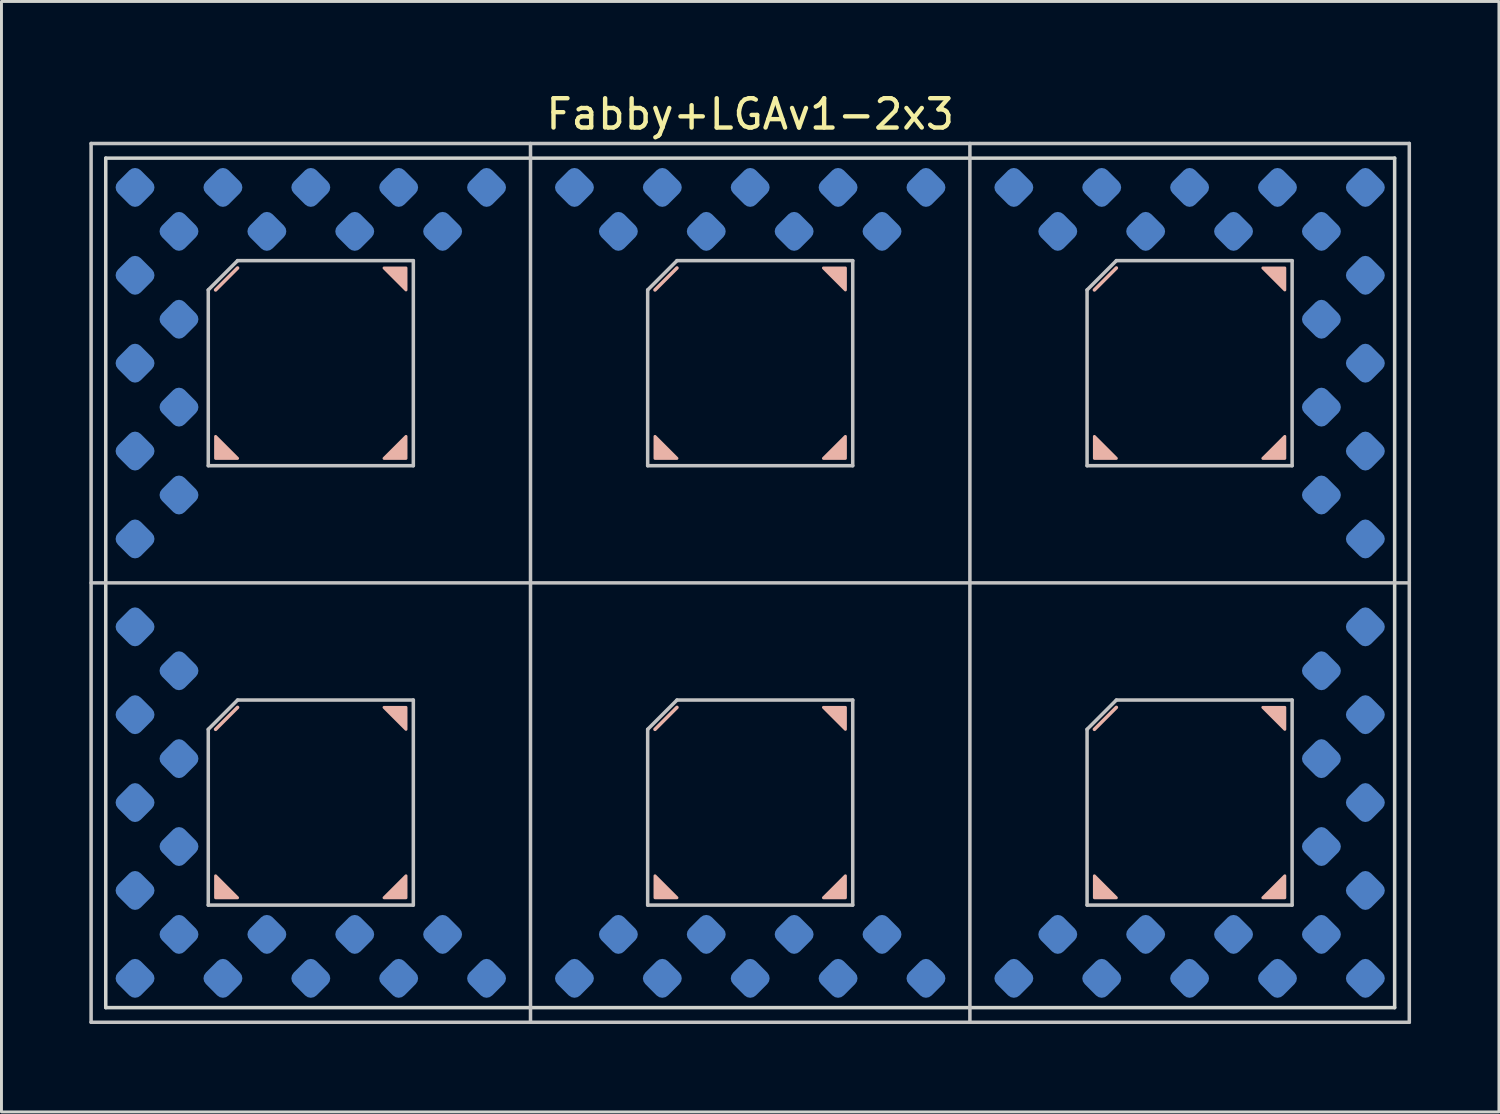
<source format=kicad_pcb>
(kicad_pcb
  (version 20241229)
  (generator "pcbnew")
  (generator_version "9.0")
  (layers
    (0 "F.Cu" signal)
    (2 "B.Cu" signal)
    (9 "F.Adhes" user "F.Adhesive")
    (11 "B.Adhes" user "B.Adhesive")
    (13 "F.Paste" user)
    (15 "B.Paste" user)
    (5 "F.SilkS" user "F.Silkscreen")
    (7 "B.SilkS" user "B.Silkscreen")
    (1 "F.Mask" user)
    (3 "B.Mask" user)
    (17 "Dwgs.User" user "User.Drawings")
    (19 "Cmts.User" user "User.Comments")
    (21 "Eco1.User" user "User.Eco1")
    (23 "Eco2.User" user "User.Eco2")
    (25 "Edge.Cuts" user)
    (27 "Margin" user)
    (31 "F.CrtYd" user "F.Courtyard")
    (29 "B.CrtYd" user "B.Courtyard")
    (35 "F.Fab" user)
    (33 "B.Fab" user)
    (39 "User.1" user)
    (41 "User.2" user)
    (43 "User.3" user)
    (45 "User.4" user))
  (footprint "Fabby+LGAv1-2x3"
    (layer "F.Cu")
    (at 22.56 16.848)
    (property "Reference" "Fabby+LGAv1-2x3" (at 0 -16 0) (layer "F.SilkS") (effects (font (size 1 1) (thickness 0.15))))
    (attr through_hole)
    (fp_line (start -17.5 -10.75) (end -18.25 -10) (stroke (width 0.12) (type solid)) (layer "B.SilkS"))
    (fp_line (start -17.5 4.25) (end -18.25 5) (stroke (width 0.12) (type solid)) (layer "B.SilkS"))
    (fp_line (start -2.5 -10.75) (end -3.25 -10) (stroke (width 0.12) (type solid)) (layer "B.SilkS"))
    (fp_line (start -2.5 4.25) (end -3.25 5) (stroke (width 0.12) (type solid)) (layer "B.SilkS"))
    (fp_line (start 12.5 -10.75) (end 11.75 -10) (stroke (width 0.12) (type solid)) (layer "B.SilkS"))
    (fp_line (start 12.5 4.25) (end 11.75 5) (stroke (width 0.12) (type solid)) (layer "B.SilkS"))
    (fp_poly (pts (xy -17.5 -4.25) (xy -18.25 -4.25) (xy -18.25 -5)) (stroke (width 0.1) (type solid)) (fill yes) (layer "B.SilkS"))
    (fp_poly (pts (xy -17.5 10.75) (xy -18.25 10.75) (xy -18.25 10)) (stroke (width 0.1) (type solid)) (fill yes) (layer "B.SilkS"))
    (fp_poly (pts (xy -11.75 -10) (xy -12.5 -10.75) (xy -11.75 -10.75)) (stroke (width 0.1) (type solid)) (fill yes) (layer "B.SilkS"))
    (fp_poly (pts (xy -11.75 -4.25) (xy -12.5 -4.25) (xy -11.75 -5)) (stroke (width 0.1) (type solid)) (fill yes) (layer "B.SilkS"))
    (fp_poly (pts (xy -11.75 5) (xy -12.5 4.25) (xy -11.75 4.25)) (stroke (width 0.1) (type solid)) (fill yes) (layer "B.SilkS"))
    (fp_poly (pts (xy -11.75 10.75) (xy -12.5 10.75) (xy -11.75 10)) (stroke (width 0.1) (type solid)) (fill yes) (layer "B.SilkS"))
    (fp_poly (pts (xy -2.5 -4.25) (xy -3.25 -4.25) (xy -3.25 -5)) (stroke (width 0.1) (type solid)) (fill yes) (layer "B.SilkS"))
    (fp_poly (pts (xy -2.5 10.75) (xy -3.25 10.75) (xy -3.25 10)) (stroke (width 0.1) (type solid)) (fill yes) (layer "B.SilkS"))
    (fp_poly (pts (xy 3.25 -10) (xy 2.5 -10.75) (xy 3.25 -10.75)) (stroke (width 0.1) (type solid)) (fill yes) (layer "B.SilkS"))
    (fp_poly (pts (xy 3.25 -4.25) (xy 2.5 -4.25) (xy 3.25 -5)) (stroke (width 0.1) (type solid)) (fill yes) (layer "B.SilkS"))
    (fp_poly (pts (xy 3.25 5) (xy 2.5 4.25) (xy 3.25 4.25)) (stroke (width 0.1) (type solid)) (fill yes) (layer "B.SilkS"))
    (fp_poly (pts (xy 3.25 10.75) (xy 2.5 10.75) (xy 3.25 10)) (stroke (width 0.1) (type solid)) (fill yes) (layer "B.SilkS"))
    (fp_poly (pts (xy 12.5 -4.25) (xy 11.75 -4.25) (xy 11.75 -5)) (stroke (width 0.1) (type solid)) (fill yes) (layer "B.SilkS"))
    (fp_poly (pts (xy 12.5 10.75) (xy 11.75 10.75) (xy 11.75 10)) (stroke (width 0.1) (type solid)) (fill yes) (layer "B.SilkS"))
    (fp_poly (pts (xy 18.25 -10) (xy 17.5 -10.75) (xy 18.25 -10.75)) (stroke (width 0.1) (type solid)) (fill yes) (layer "B.SilkS"))
    (fp_poly (pts (xy 18.25 -4.25) (xy 17.5 -4.25) (xy 18.25 -5)) (stroke (width 0.1) (type solid)) (fill yes) (layer "B.SilkS"))
    (fp_poly (pts (xy 18.25 5) (xy 17.5 4.25) (xy 18.25 4.25)) (stroke (width 0.1) (type solid)) (fill yes) (layer "B.SilkS"))
    (fp_poly (pts (xy 18.25 10.75) (xy 17.5 10.75) (xy 18.25 10)) (stroke (width 0.1) (type solid)) (fill yes) (layer "B.SilkS"))
    (fp_line (start -22.5 -15) (end 22.5 -15) (stroke (width 0.12) (type solid)) (layer "Dwgs.User"))
    (fp_line (start -22.5 15) (end -22.5 -15) (stroke (width 0.12) (type solid)) (layer "Dwgs.User"))
    (fp_line (start -18.5 -10) (end -18.5 -4) (stroke (width 0.12) (type solid)) (layer "Dwgs.User"))
    (fp_line (start -18.5 -4) (end -11.5 -4) (stroke (width 0.12) (type solid)) (layer "Dwgs.User"))
    (fp_line (start -18.5 5) (end -18.5 11) (stroke (width 0.12) (type solid)) (layer "Dwgs.User"))
    (fp_line (start -18.5 11) (end -11.5 11) (stroke (width 0.12) (type solid)) (layer "Dwgs.User"))
    (fp_line (start -17.5 -11) (end -18.5 -10) (stroke (width 0.12) (type solid)) (layer "Dwgs.User"))
    (fp_line (start -17.5 4) (end -18.5 5) (stroke (width 0.12) (type solid)) (layer "Dwgs.User"))
    (fp_line (start -11.5 -11) (end -17.5 -11) (stroke (width 0.12) (type solid)) (layer "Dwgs.User"))
    (fp_line (start -11.5 -4) (end -11.5 -11) (stroke (width 0.12) (type solid)) (layer "Dwgs.User"))
    (fp_line (start -11.5 4) (end -17.5 4) (stroke (width 0.12) (type solid)) (layer "Dwgs.User"))
    (fp_line (start -11.5 11) (end -11.5 4) (stroke (width 0.12) (type solid)) (layer "Dwgs.User"))
    (fp_line (start -7.5 -15) (end -7.5 15) (stroke (width 0.12) (type solid)) (layer "Dwgs.User"))
    (fp_line (start -3.5 -10) (end -3.5 -4) (stroke (width 0.12) (type solid)) (layer "Dwgs.User"))
    (fp_line (start -3.5 -4) (end 3.5 -4) (stroke (width 0.12) (type solid)) (layer "Dwgs.User"))
    (fp_line (start -3.5 5) (end -3.5 11) (stroke (width 0.12) (type solid)) (layer "Dwgs.User"))
    (fp_line (start -3.5 11) (end 3.5 11) (stroke (width 0.12) (type solid)) (layer "Dwgs.User"))
    (fp_line (start -2.5 -11) (end -3.5 -10) (stroke (width 0.12) (type solid)) (layer "Dwgs.User"))
    (fp_line (start -2.5 4) (end -3.5 5) (stroke (width 0.12) (type solid)) (layer "Dwgs.User"))
    (fp_line (start 3.5 -11) (end -2.5 -11) (stroke (width 0.12) (type solid)) (layer "Dwgs.User"))
    (fp_line (start 3.5 -4) (end 3.5 -11) (stroke (width 0.12) (type solid)) (layer "Dwgs.User"))
    (fp_line (start 3.5 4) (end -2.5 4) (stroke (width 0.12) (type solid)) (layer "Dwgs.User"))
    (fp_line (start 3.5 11) (end 3.5 4) (stroke (width 0.12) (type solid)) (layer "Dwgs.User"))
    (fp_line (start 7.5 -15) (end 7.5 15) (stroke (width 0.12) (type solid)) (layer "Dwgs.User"))
    (fp_line (start 11.5 -10) (end 11.5 -4) (stroke (width 0.12) (type solid)) (layer "Dwgs.User"))
    (fp_line (start 11.5 -4) (end 18.5 -4) (stroke (width 0.12) (type solid)) (layer "Dwgs.User"))
    (fp_line (start 11.5 5) (end 11.5 11) (stroke (width 0.12) (type solid)) (layer "Dwgs.User"))
    (fp_line (start 11.5 11) (end 18.5 11) (stroke (width 0.12) (type solid)) (layer "Dwgs.User"))
    (fp_line (start 12.5 -11) (end 11.5 -10) (stroke (width 0.12) (type solid)) (layer "Dwgs.User"))
    (fp_line (start 12.5 4) (end 11.5 5) (stroke (width 0.12) (type solid)) (layer "Dwgs.User"))
    (fp_line (start 18.5 -11) (end 12.5 -11) (stroke (width 0.12) (type solid)) (layer "Dwgs.User"))
    (fp_line (start 18.5 -4) (end 18.5 -11) (stroke (width 0.12) (type solid)) (layer "Dwgs.User"))
    (fp_line (start 18.5 4) (end 12.5 4) (stroke (width 0.12) (type solid)) (layer "Dwgs.User"))
    (fp_line (start 18.5 11) (end 18.5 4) (stroke (width 0.12) (type solid)) (layer "Dwgs.User"))
    (fp_line (start 22.5 -15) (end 22.5 15) (stroke (width 0.12) (type solid)) (layer "Dwgs.User"))
    (fp_line (start 22.5 0) (end -22.5 0) (stroke (width 0.12) (type solid)) (layer "Dwgs.User"))
    (fp_line (start 22.5 15) (end -22.5 15) (stroke (width 0.12) (type solid)) (layer "Dwgs.User"))
    (fp_line (start -22 -14.5) (end 22 -14.5) (stroke (width 0.12) (type solid)) (layer "Edge.Cuts"))
    (fp_line (start -22 14.5) (end -22 -14.5) (stroke (width 0.12) (type solid)) (layer "Edge.Cuts"))
    (fp_line (start -22 14.5) (end 22 14.5) (stroke (width 0.12) (type solid)) (layer "Edge.Cuts"))
    (fp_line (start 22 -14.5) (end 22 14.5) (stroke (width 0.12) (type solid)) (layer "Edge.Cuts"))
    (pad "1" smd roundrect (at -21 -13.5 45) (size 1.1 1.1) (layers "B.Cu" "B.Mask" "B.Paste") (roundrect_rratio 0.25))
    (pad "2" smd roundrect (at -19.5 -12 45) (size 1.1 1.1) (layers "B.Cu" "B.Mask" "B.Paste") (roundrect_rratio 0.25))
    (pad "3" smd roundrect (at -21 -10.5 45) (size 1.1 1.1) (layers "B.Cu" "B.Mask" "B.Paste") (roundrect_rratio 0.25))
    (pad "4" smd roundrect (at -19.5 -9 45) (size 1.1 1.1) (layers "B.Cu" "B.Mask" "B.Paste") (roundrect_rratio 0.25))
    (pad "5" smd roundrect (at -21 -7.5 45) (size 1.1 1.1) (layers "B.Cu" "B.Mask" "B.Paste") (roundrect_rratio 0.25))
    (pad "6" smd roundrect (at -19.5 -6 45) (size 1.1 1.1) (layers "B.Cu" "B.Mask" "B.Paste") (roundrect_rratio 0.25))
    (pad "7" smd roundrect (at -21 -4.5 45) (size 1.1 1.1) (layers "B.Cu" "B.Mask" "B.Paste") (roundrect_rratio 0.25))
    (pad "8" smd roundrect (at -19.5 -3 45) (size 1.1 1.1) (layers "B.Cu" "B.Mask" "B.Paste") (roundrect_rratio 0.25))
    (pad "9" smd roundrect (at -21 -1.5 45) (size 1.1 1.1) (layers "B.Cu" "B.Mask" "B.Paste") (roundrect_rratio 0.25))
    (pad "11" smd roundrect (at -21 1.5 45) (size 1.1 1.1) (layers "B.Cu" "B.Mask" "B.Paste") (roundrect_rratio 0.25))
    (pad "12" smd roundrect (at -19.5 3 45) (size 1.1 1.1) (layers "B.Cu" "B.Mask" "B.Paste") (roundrect_rratio 0.25))
    (pad "13" smd roundrect (at -21 4.5 45) (size 1.1 1.1) (layers "B.Cu" "B.Mask" "B.Paste") (roundrect_rratio 0.25))
    (pad "14" smd roundrect (at -19.5 6 45) (size 1.1 1.1) (layers "B.Cu" "B.Mask" "B.Paste") (roundrect_rratio 0.25))
    (pad "15" smd roundrect (at -21 7.5 45) (size 1.1 1.1) (layers "B.Cu" "B.Mask" "B.Paste") (roundrect_rratio 0.25))
    (pad "16" smd roundrect (at -19.5 9 45) (size 1.1 1.1) (layers "B.Cu" "B.Mask" "B.Paste") (roundrect_rratio 0.25))
    (pad "17" smd roundrect (at -21 10.5 45) (size 1.1 1.1) (layers "B.Cu" "B.Mask" "B.Paste") (roundrect_rratio 0.25))
    (pad "18" smd roundrect (at -19.5 12 45) (size 1.1 1.1) (layers "B.Cu" "B.Mask" "B.Paste") (roundrect_rratio 0.25))
    (pad "19" smd roundrect (at -21 13.5 45) (size 1.1 1.1) (layers "B.Cu" "B.Mask" "B.Paste") (roundrect_rratio 0.25))
    (pad "20" smd roundrect (at -18 13.5 45) (size 1.1 1.1) (layers "B.Cu" "B.Mask" "B.Paste") (roundrect_rratio 0.25))
    (pad "21" smd roundrect (at -16.5 12 45) (size 1.1 1.1) (layers "B.Cu" "B.Mask" "B.Paste") (roundrect_rratio 0.25))
    (pad "22" smd roundrect (at -15 13.5 45) (size 1.1 1.1) (layers "B.Cu" "B.Mask" "B.Paste") (roundrect_rratio 0.25))
    (pad "23" smd roundrect (at -13.5 12 45) (size 1.1 1.1) (layers "B.Cu" "B.Mask" "B.Paste") (roundrect_rratio 0.25))
    (pad "24" smd roundrect (at -12 13.5 45) (size 1.1 1.1) (layers "B.Cu" "B.Mask" "B.Paste") (roundrect_rratio 0.25))
    (pad "25" smd roundrect (at -10.5 12 45) (size 1.1 1.1) (layers "B.Cu" "B.Mask" "B.Paste") (roundrect_rratio 0.25))
    (pad "26" smd roundrect (at -9 13.5 45) (size 1.1 1.1) (layers "B.Cu" "B.Mask" "B.Paste") (roundrect_rratio 0.25))
    (pad "28" smd roundrect (at -6 13.5 45) (size 1.1 1.1) (layers "B.Cu" "B.Mask" "B.Paste") (roundrect_rratio 0.25))
    (pad "29" smd roundrect (at -4.5 12 45) (size 1.1 1.1) (layers "B.Cu" "B.Mask" "B.Paste") (roundrect_rratio 0.25))
    (pad "30" smd roundrect (at -3 13.5 45) (size 1.1 1.1) (layers "B.Cu" "B.Mask" "B.Paste") (roundrect_rratio 0.25))
    (pad "31" smd roundrect (at -1.5 12 45) (size 1.1 1.1) (layers "B.Cu" "B.Mask" "B.Paste") (roundrect_rratio 0.25))
    (pad "32" smd roundrect (at 0 13.5 45) (size 1.1 1.1) (layers "B.Cu" "B.Mask" "B.Paste") (roundrect_rratio 0.25))
    (pad "33" smd roundrect (at 1.5 12 45) (size 1.1 1.1) (layers "B.Cu" "B.Mask" "B.Paste") (roundrect_rratio 0.25))
    (pad "34" smd roundrect (at 3 13.5 45) (size 1.1 1.1) (layers "B.Cu" "B.Mask" "B.Paste") (roundrect_rratio 0.25))
    (pad "35" smd roundrect (at 4.5 12 45) (size 1.1 1.1) (layers "B.Cu" "B.Mask" "B.Paste") (roundrect_rratio 0.25))
    (pad "36" smd roundrect (at 6 13.5 45) (size 1.1 1.1) (layers "B.Cu" "B.Mask" "B.Paste") (roundrect_rratio 0.25))
    (pad "38" smd roundrect (at 9 13.5 45) (size 1.1 1.1) (layers "B.Cu" "B.Mask" "B.Paste") (roundrect_rratio 0.25))
    (pad "39" smd roundrect (at 10.5 12 45) (size 1.1 1.1) (layers "B.Cu" "B.Mask" "B.Paste") (roundrect_rratio 0.25))
    (pad "40" smd roundrect (at 12 13.5 45) (size 1.1 1.1) (layers "B.Cu" "B.Mask" "B.Paste") (roundrect_rratio 0.25))
    (pad "41" smd roundrect (at 13.5 12 45) (size 1.1 1.1) (layers "B.Cu" "B.Mask" "B.Paste") (roundrect_rratio 0.25))
    (pad "42" smd roundrect (at 15 13.5 45) (size 1.1 1.1) (layers "B.Cu" "B.Mask" "B.Paste") (roundrect_rratio 0.25))
    (pad "43" smd roundrect (at 16.5 12 45) (size 1.1 1.1) (layers "B.Cu" "B.Mask" "B.Paste") (roundrect_rratio 0.25))
    (pad "44" smd roundrect (at 18 13.5 45) (size 1.1 1.1) (layers "B.Cu" "B.Mask" "B.Paste") (roundrect_rratio 0.25))
    (pad "45" smd roundrect (at 19.5 12 45) (size 1.1 1.1) (layers "B.Cu" "B.Mask" "B.Paste") (roundrect_rratio 0.25))
    (pad "46" smd roundrect (at 21 13.5 45) (size 1.1 1.1) (layers "B.Cu" "B.Mask" "B.Paste") (roundrect_rratio 0.25))
    (pad "47" smd roundrect (at 21 10.5 45) (size 1.1 1.1) (layers "B.Cu" "B.Mask" "B.Paste") (roundrect_rratio 0.25))
    (pad "48" smd roundrect (at 19.5 9 45) (size 1.1 1.1) (layers "B.Cu" "B.Mask" "B.Paste") (roundrect_rratio 0.25))
    (pad "49" smd roundrect (at 21 7.5 45) (size 1.1 1.1) (layers "B.Cu" "B.Mask" "B.Paste") (roundrect_rratio 0.25))
    (pad "50" smd roundrect (at 19.5 6 45) (size 1.1 1.1) (layers "B.Cu" "B.Mask" "B.Paste") (roundrect_rratio 0.25))
    (pad "51" smd roundrect (at 21 4.5 45) (size 1.1 1.1) (layers "B.Cu" "B.Mask" "B.Paste") (roundrect_rratio 0.25))
    (pad "52" smd roundrect (at 19.5 3 45) (size 1.1 1.1) (layers "B.Cu" "B.Mask" "B.Paste") (roundrect_rratio 0.25))
    (pad "53" smd roundrect (at 21 1.5 45) (size 1.1 1.1) (layers "B.Cu" "B.Mask" "B.Paste") (roundrect_rratio 0.25))
    (pad "55" smd roundrect (at 21 -1.5 45) (size 1.1 1.1) (layers "B.Cu" "B.Mask" "B.Paste") (roundrect_rratio 0.25))
    (pad "56" smd roundrect (at 19.5 -3 45) (size 1.1 1.1) (layers "B.Cu" "B.Mask" "B.Paste") (roundrect_rratio 0.25))
    (pad "57" smd roundrect (at 21 -4.5 45) (size 1.1 1.1) (layers "B.Cu" "B.Mask" "B.Paste") (roundrect_rratio 0.25))
    (pad "58" smd roundrect (at 19.5 -6 45) (size 1.1 1.1) (layers "B.Cu" "B.Mask" "B.Paste") (roundrect_rratio 0.25))
    (pad "59" smd roundrect (at 21 -7.5 45) (size 1.1 1.1) (layers "B.Cu" "B.Mask" "B.Paste") (roundrect_rratio 0.25))
    (pad "60" smd roundrect (at 19.5 -9 45) (size 1.1 1.1) (layers "B.Cu" "B.Mask" "B.Paste") (roundrect_rratio 0.25))
    (pad "61" smd roundrect (at 21 -10.5 45) (size 1.1 1.1) (layers "B.Cu" "B.Mask" "B.Paste") (roundrect_rratio 0.25))
    (pad "62" smd roundrect (at 19.5 -12 45) (size 1.1 1.1) (layers "B.Cu" "B.Mask" "B.Paste") (roundrect_rratio 0.25))
    (pad "63" smd roundrect (at 21 -13.5 45) (size 1.1 1.1) (layers "B.Cu" "B.Mask" "B.Paste") (roundrect_rratio 0.25))
    (pad "64" smd roundrect (at 18 -13.5 45) (size 1.1 1.1) (layers "B.Cu" "B.Mask" "B.Paste") (roundrect_rratio 0.25))
    (pad "65" smd roundrect (at 16.5 -12 45) (size 1.1 1.1) (layers "B.Cu" "B.Mask" "B.Paste") (roundrect_rratio 0.25))
    (pad "66" smd roundrect (at 15 -13.5 45) (size 1.1 1.1) (layers "B.Cu" "B.Mask" "B.Paste") (roundrect_rratio 0.25))
    (pad "67" smd roundrect (at 13.5 -12 45) (size 1.1 1.1) (layers "B.Cu" "B.Mask" "B.Paste") (roundrect_rratio 0.25))
    (pad "68" smd roundrect (at 12 -13.5 45) (size 1.1 1.1) (layers "B.Cu" "B.Mask" "B.Paste") (roundrect_rratio 0.25))
    (pad "69" smd roundrect (at 10.5 -12 45) (size 1.1 1.1) (layers "B.Cu" "B.Mask" "B.Paste") (roundrect_rratio 0.25))
    (pad "70" smd roundrect (at 9 -13.5 45) (size 1.1 1.1) (layers "B.Cu" "B.Mask" "B.Paste") (roundrect_rratio 0.25))
    (pad "72" smd roundrect (at 6 -13.5 45) (size 1.1 1.1) (layers "B.Cu" "B.Mask" "B.Paste") (roundrect_rratio 0.25))
    (pad "73" smd roundrect (at 4.5 -12 45) (size 1.1 1.1) (layers "B.Cu" "B.Mask" "B.Paste") (roundrect_rratio 0.25))
    (pad "74" smd roundrect (at 3 -13.5 45) (size 1.1 1.1) (layers "B.Cu" "B.Mask" "B.Paste") (roundrect_rratio 0.25))
    (pad "75" smd roundrect (at 1.5 -12 45) (size 1.1 1.1) (layers "B.Cu" "B.Mask" "B.Paste") (roundrect_rratio 0.25))
    (pad "76" smd roundrect (at 0 -13.5 45) (size 1.1 1.1) (layers "B.Cu" "B.Mask" "B.Paste") (roundrect_rratio 0.25))
    (pad "77" smd roundrect (at -1.5 -12 45) (size 1.1 1.1) (layers "B.Cu" "B.Mask" "B.Paste") (roundrect_rratio 0.25))
    (pad "78" smd roundrect (at -3 -13.5 45) (size 1.1 1.1) (layers "B.Cu" "B.Mask" "B.Paste") (roundrect_rratio 0.25))
    (pad "79" smd roundrect (at -4.5 -12 45) (size 1.1 1.1) (layers "B.Cu" "B.Mask" "B.Paste") (roundrect_rratio 0.25))
    (pad "80" smd roundrect (at -6 -13.5 45) (size 1.1 1.1) (layers "B.Cu" "B.Mask" "B.Paste") (roundrect_rratio 0.25))
    (pad "82" smd roundrect (at -9 -13.5 45) (size 1.1 1.1) (layers "B.Cu" "B.Mask" "B.Paste") (roundrect_rratio 0.25))
    (pad "83" smd roundrect (at -10.5 -12 45) (size 1.1 1.1) (layers "B.Cu" "B.Mask" "B.Paste") (roundrect_rratio 0.25))
    (pad "84" smd roundrect (at -12 -13.5 45) (size 1.1 1.1) (layers "B.Cu" "B.Mask" "B.Paste") (roundrect_rratio 0.25))
    (pad "85" smd roundrect (at -13.5 -12 45) (size 1.1 1.1) (layers "B.Cu" "B.Mask" "B.Paste") (roundrect_rratio 0.25))
    (pad "86" smd roundrect (at -15 -13.5 45) (size 1.1 1.1) (layers "B.Cu" "B.Mask" "B.Paste") (roundrect_rratio 0.25))
    (pad "87" smd roundrect (at -16.5 -12 45) (size 1.1 1.1) (layers "B.Cu" "B.Mask" "B.Paste") (roundrect_rratio 0.25))
    (pad "88" smd roundrect (at -18 -13.5 45) (size 1.1 1.1) (layers "B.Cu" "B.Mask" "B.Paste") (roundrect_rratio 0.25)))
  (gr_rect
    (start -3 -3)
    (end 48.12 34.908)
    (stroke (width 0.1) (type default))
    (fill no)
    (layer "Edge.Cuts")))
</source>
